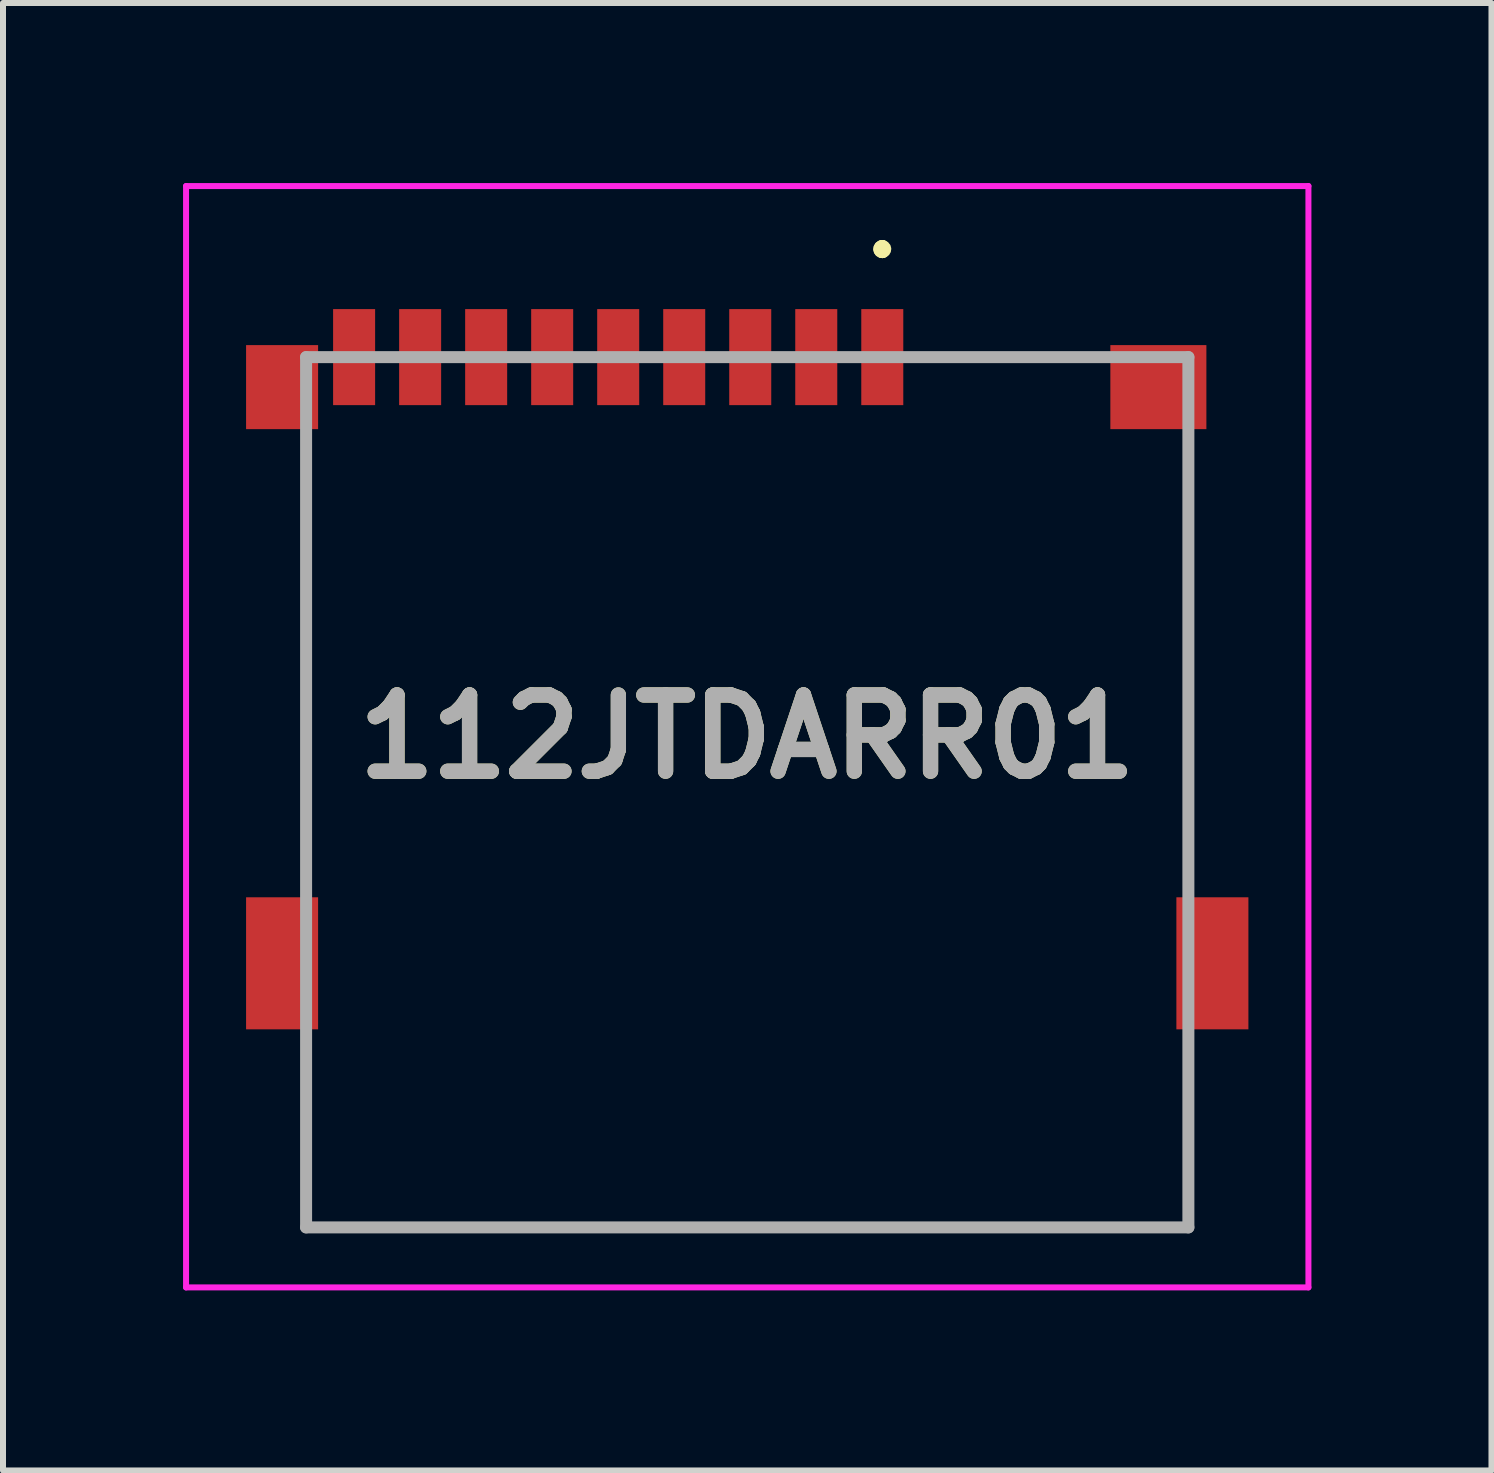
<source format=kicad_pcb>
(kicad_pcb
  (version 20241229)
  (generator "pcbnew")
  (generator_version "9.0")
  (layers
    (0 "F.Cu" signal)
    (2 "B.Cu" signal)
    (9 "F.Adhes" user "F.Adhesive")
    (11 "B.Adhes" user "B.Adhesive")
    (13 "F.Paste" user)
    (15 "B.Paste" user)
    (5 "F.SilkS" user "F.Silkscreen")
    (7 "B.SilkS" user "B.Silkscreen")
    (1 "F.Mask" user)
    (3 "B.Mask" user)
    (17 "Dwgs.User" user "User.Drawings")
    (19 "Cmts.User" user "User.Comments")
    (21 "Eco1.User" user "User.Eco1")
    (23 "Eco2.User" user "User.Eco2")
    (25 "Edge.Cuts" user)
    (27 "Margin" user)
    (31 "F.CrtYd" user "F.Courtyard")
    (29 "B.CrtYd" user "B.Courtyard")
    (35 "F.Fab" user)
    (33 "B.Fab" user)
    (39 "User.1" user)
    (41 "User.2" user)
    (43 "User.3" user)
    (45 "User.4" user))
  (footprint "112JTDARR01"
    (layer "F.Cu")
    (at 9.4 10.15)
    (property "Reference" "112JTDARR01" (at 0 -0.925 0) (layer "F.SilkS") (effects (font (size 1.27 1.27) (thickness 0.254))))
    (attr through_hole)
    (fp_line (start -7.35 -5.5) (end -7.35 -5.5) (stroke (width 0.1) (type solid)) (layer "F.SilkS"))
    (fp_line (start -7.35 -5.5) (end -7.35 1.25) (stroke (width 0.1) (type solid)) (layer "F.SilkS"))
    (fp_line (start -7.35 1.25) (end -7.35 -5.5) (stroke (width 0.1) (type solid)) (layer "F.SilkS"))
    (fp_line (start -7.35 1.25) (end -7.35 1.25) (stroke (width 0.1) (type solid)) (layer "F.SilkS"))
    (fp_line (start -7.35 4.5) (end -7.35 4.5) (stroke (width 0.1) (type solid)) (layer "F.SilkS"))
    (fp_line (start -7.35 4.5) (end -7.35 7.25) (stroke (width 0.1) (type solid)) (layer "F.SilkS"))
    (fp_line (start -7.35 7.25) (end -7.35 4.5) (stroke (width 0.1) (type solid)) (layer "F.SilkS"))
    (fp_line (start -7.35 7.25) (end -7.35 7.25) (stroke (width 0.1) (type solid)) (layer "F.SilkS"))
    (fp_line (start -7.35 7.25) (end -7.35 7.25) (stroke (width 0.1) (type solid)) (layer "F.SilkS"))
    (fp_line (start -7.35 7.25) (end 7.35 7.25) (stroke (width 0.1) (type solid)) (layer "F.SilkS"))
    (fp_line (start 2.25 -9.1) (end 2.25 -9.1) (stroke (width 0.2) (type solid)) (layer "F.SilkS"))
    (fp_line (start 2.25 -9.1) (end 2.25 -9.1) (stroke (width 0.2) (type solid)) (layer "F.SilkS"))
    (fp_line (start 2.25 -9) (end 2.25 -9) (stroke (width 0.2) (type solid)) (layer "F.SilkS"))
    (fp_line (start 3.25 -7.25) (end 3.25 -7.25) (stroke (width 0.1) (type solid)) (layer "F.SilkS"))
    (fp_line (start 3.25 -7.25) (end 5.5 -7.25) (stroke (width 0.1) (type solid)) (layer "F.SilkS"))
    (fp_line (start 5.5 -7.25) (end 3.25 -7.25) (stroke (width 0.1) (type solid)) (layer "F.SilkS"))
    (fp_line (start 5.5 -7.25) (end 5.5 -7.25) (stroke (width 0.1) (type solid)) (layer "F.SilkS"))
    (fp_line (start 7.35 -5.5) (end 7.35 -5.5) (stroke (width 0.1) (type solid)) (layer "F.SilkS"))
    (fp_line (start 7.35 -5.5) (end 7.35 1.25) (stroke (width 0.1) (type solid)) (layer "F.SilkS"))
    (fp_line (start 7.35 1.25) (end 7.35 -5.5) (stroke (width 0.1) (type solid)) (layer "F.SilkS"))
    (fp_line (start 7.35 1.25) (end 7.35 1.25) (stroke (width 0.1) (type solid)) (layer "F.SilkS"))
    (fp_line (start 7.35 4.5) (end 7.35 4.5) (stroke (width 0.1) (type solid)) (layer "F.SilkS"))
    (fp_line (start 7.35 4.5) (end 7.35 7.25) (stroke (width 0.1) (type solid)) (layer "F.SilkS"))
    (fp_line (start 7.35 7.25) (end -7.35 7.25) (stroke (width 0.1) (type solid)) (layer "F.SilkS"))
    (fp_line (start 7.35 7.25) (end 7.35 4.5) (stroke (width 0.1) (type solid)) (layer "F.SilkS"))
    (fp_line (start 7.35 7.25) (end 7.35 7.25) (stroke (width 0.1) (type solid)) (layer "F.SilkS"))
    (fp_line (start 7.35 7.25) (end 7.35 7.25) (stroke (width 0.1) (type solid)) (layer "F.SilkS"))
    (fp_arc (start 2.25 -9.1) (mid 2.3 -9.05) (end 2.25 -9) (stroke (width 0.2) (type solid)) (layer "F.SilkS"))
    (fp_arc (start 2.25 -9) (mid 2.2 -9.05) (end 2.25 -9.1) (stroke (width 0.2) (type solid)) (layer "F.SilkS"))
    (fp_arc (start 2.25 -9) (mid 2.2 -9.05) (end 2.25 -9.1) (stroke (width 0.2) (type solid)) (layer "F.SilkS"))
    (fp_line (start -9.35 -10.1) (end 9.35 -10.1) (stroke (width 0.1) (type solid)) (layer "F.CrtYd"))
    (fp_line (start -9.35 8.25) (end -9.35 -10.1) (stroke (width 0.1) (type solid)) (layer "F.CrtYd"))
    (fp_line (start 9.35 -10.1) (end 9.35 8.25) (stroke (width 0.1) (type solid)) (layer "F.CrtYd"))
    (fp_line (start 9.35 8.25) (end -9.35 8.25) (stroke (width 0.1) (type solid)) (layer "F.CrtYd"))
    (fp_line (start -7.35 -7.25) (end -7.35 7.25) (stroke (width 0.2) (type solid)) (layer "F.Fab"))
    (fp_line (start -7.35 7.25) (end 7.35 7.25) (stroke (width 0.2) (type solid)) (layer "F.Fab"))
    (fp_line (start 7.35 -7.25) (end -7.35 -7.25) (stroke (width 0.2) (type solid)) (layer "F.Fab"))
    (fp_line (start 7.35 7.25) (end 7.35 -7.25) (stroke (width 0.2) (type solid)) (layer "F.Fab"))
    (fp_text user "${REFERENCE}" (at 0 -0.925 0) (layer "F.Fab") (effects (font (size 1.27 1.27) (thickness 0.254))))
    (pad "" np_thru_hole circle (at -4.95 3.25) (size 0.001 0.001) (drill 1) (layers "*.Cu" "*.Mask"))
    (pad "" np_thru_hole circle (at 3.05 3.25) (size 0.001 0.001) (drill 1) (layers "*.Cu" "*.Mask"))
    (pad "1" smd rect (at 2.25 -7.25) (size 0.7 1.6) (layers "F.Cu" "F.Mask" "F.Paste"))
    (pad "2" smd rect (at 1.15 -7.25) (size 0.7 1.6) (layers "F.Cu" "F.Mask" "F.Paste"))
    (pad "3" smd rect (at 0.05 -7.25) (size 0.7 1.6) (layers "F.Cu" "F.Mask" "F.Paste"))
    (pad "4" smd rect (at -1.05 -7.25) (size 0.7 1.6) (layers "F.Cu" "F.Mask" "F.Paste"))
    (pad "5" smd rect (at -2.15 -7.25) (size 0.7 1.6) (layers "F.Cu" "F.Mask" "F.Paste"))
    (pad "6" smd rect (at -3.25 -7.25) (size 0.7 1.6) (layers "F.Cu" "F.Mask" "F.Paste"))
    (pad "7" smd rect (at -4.35 -7.25) (size 0.7 1.6) (layers "F.Cu" "F.Mask" "F.Paste"))
    (pad "8" smd rect (at -5.45 -7.25) (size 0.7 1.6) (layers "F.Cu" "F.Mask" "F.Paste"))
    (pad "CD1" smd rect (at -6.55 -7.25) (size 0.7 1.6) (layers "F.Cu" "F.Mask" "F.Paste"))
    (pad "G1" smd rect (at -7.75 -6.75) (size 1.2 1.4) (layers "F.Cu" "F.Mask" "F.Paste"))
    (pad "MP1" smd rect (at 6.85 -6.75 90) (size 1.4 1.6) (layers "F.Cu" "F.Mask" "F.Paste"))
    (pad "MP2" smd rect (at 7.75 2.85) (size 1.2 2.2) (layers "F.Cu" "F.Mask" "F.Paste"))
    (pad "MP3" smd rect (at -7.75 2.85) (size 1.2 2.2) (layers "F.Cu" "F.Mask" "F.Paste")))
  (gr_rect
    (start -3 -3)
    (end 21.8 21.45)
    (stroke (width 0.1) (type default))
    (fill no)
    (layer "Edge.Cuts")))
</source>
